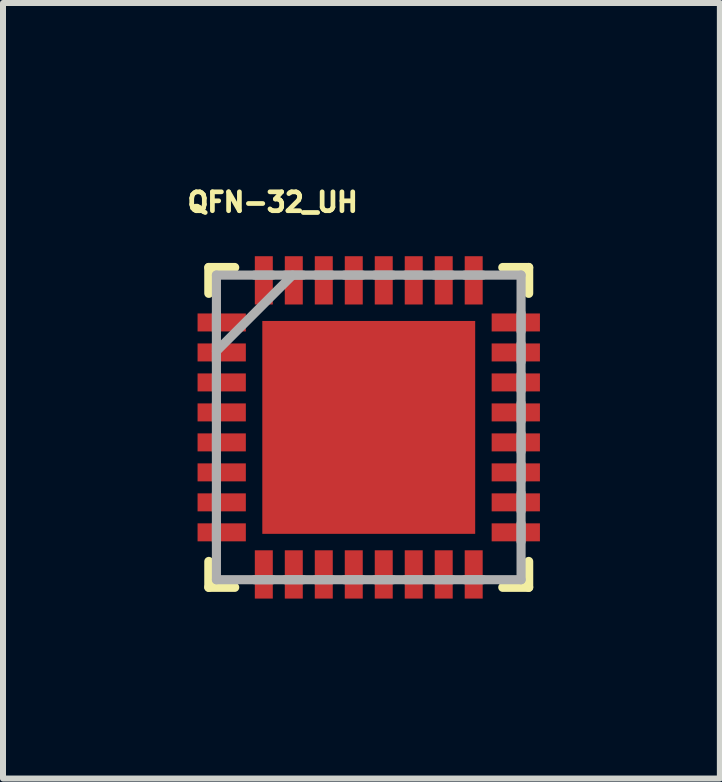
<source format=kicad_pcb>
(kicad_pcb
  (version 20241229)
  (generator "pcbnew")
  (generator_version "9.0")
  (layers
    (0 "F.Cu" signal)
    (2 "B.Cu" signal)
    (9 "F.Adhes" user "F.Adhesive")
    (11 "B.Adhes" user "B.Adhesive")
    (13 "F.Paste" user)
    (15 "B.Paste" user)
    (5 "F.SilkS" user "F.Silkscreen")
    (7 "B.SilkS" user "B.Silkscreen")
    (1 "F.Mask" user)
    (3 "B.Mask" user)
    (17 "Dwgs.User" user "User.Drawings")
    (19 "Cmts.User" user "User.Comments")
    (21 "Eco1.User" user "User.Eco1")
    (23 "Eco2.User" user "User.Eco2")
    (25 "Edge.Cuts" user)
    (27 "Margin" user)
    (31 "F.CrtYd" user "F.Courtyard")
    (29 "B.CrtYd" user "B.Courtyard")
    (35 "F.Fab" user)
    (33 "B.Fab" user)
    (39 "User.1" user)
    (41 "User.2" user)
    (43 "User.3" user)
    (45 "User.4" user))
  (footprint "QFN-32_UH"
    (layer "F.Cu")
    (at 3.099 4.077)
    (property "Reference" "QFN-32_UH" (at -1.602 -3.755 0) (layer "F.SilkS") (effects (font (size 0.315 0.315) (thickness 0.15))))
    (attr through_hole)
    (fp_line (start -2.667 -2.667) (end -2.667 -2.235) (stroke (width 0.152) (type solid)) (layer "F.SilkS"))
    (fp_line (start -2.667 2.235) (end -2.667 2.667) (stroke (width 0.152) (type solid)) (layer "F.SilkS"))
    (fp_line (start -2.667 2.667) (end -2.235 2.667) (stroke (width 0.152) (type solid)) (layer "F.SilkS"))
    (fp_line (start -2.235 -2.667) (end -2.667 -2.667) (stroke (width 0.152) (type solid)) (layer "F.SilkS"))
    (fp_line (start 2.235 2.667) (end 2.667 2.667) (stroke (width 0.152) (type solid)) (layer "F.SilkS"))
    (fp_line (start 2.667 -2.667) (end 2.235 -2.667) (stroke (width 0.152) (type solid)) (layer "F.SilkS"))
    (fp_line (start 2.667 -2.235) (end 2.667 -2.667) (stroke (width 0.152) (type solid)) (layer "F.SilkS"))
    (fp_line (start 2.667 2.667) (end 2.667 2.235) (stroke (width 0.152) (type solid)) (layer "F.SilkS"))
    (fp_poly (pts (xy -1.675 -1.675) (xy -1.675 -0.1) (xy -0.1 -0.1) (xy -0.1 -1.675)) (stroke (width 0.025) (type solid)) (fill yes) (layer "F.Paste"))
    (fp_poly (pts (xy -1.675 0.1) (xy -1.675 1.675) (xy -0.1 1.675) (xy -0.1 0.1)) (stroke (width 0.025) (type solid)) (fill yes) (layer "F.Paste"))
    (fp_poly (pts (xy 0.1 -1.675) (xy 0.1 -0.1) (xy 1.675 -0.1) (xy 1.675 -1.675)) (stroke (width 0.025) (type solid)) (fill yes) (layer "F.Paste"))
    (fp_poly (pts (xy 0.1 0.1) (xy 0.1 1.675) (xy 1.675 1.675) (xy 1.675 0.1)) (stroke (width 0.025) (type solid)) (fill yes) (layer "F.Paste"))
    (fp_line (start -2.54 -2.54) (end -2.54 2.54) (stroke (width 0.152) (type solid)) (layer "F.Fab"))
    (fp_line (start -2.54 -1.905) (end -2.54 -1.6) (stroke (width 0.152) (type solid)) (layer "F.Fab"))
    (fp_line (start -2.54 -1.397) (end -2.54 -1.092) (stroke (width 0.152) (type solid)) (layer "F.Fab"))
    (fp_line (start -2.54 -1.27) (end -1.27 -2.54) (stroke (width 0.152) (type solid)) (layer "F.Fab"))
    (fp_line (start -2.54 -0.889) (end -2.54 -0.61) (stroke (width 0.152) (type solid)) (layer "F.Fab"))
    (fp_line (start -2.54 -0.406) (end -2.54 -0.102) (stroke (width 0.152) (type solid)) (layer "F.Fab"))
    (fp_line (start -2.54 0.102) (end -2.54 0.406) (stroke (width 0.152) (type solid)) (layer "F.Fab"))
    (fp_line (start -2.54 0.61) (end -2.54 0.889) (stroke (width 0.152) (type solid)) (layer "F.Fab"))
    (fp_line (start -2.54 1.092) (end -2.54 1.397) (stroke (width 0.152) (type solid)) (layer "F.Fab"))
    (fp_line (start -2.54 1.6) (end -2.54 1.905) (stroke (width 0.152) (type solid)) (layer "F.Fab"))
    (fp_line (start -2.54 2.54) (end 2.54 2.54) (stroke (width 0.152) (type solid)) (layer "F.Fab"))
    (fp_line (start -1.905 2.54) (end -1.6 2.54) (stroke (width 0.152) (type solid)) (layer "F.Fab"))
    (fp_line (start -1.6 -2.54) (end -1.905 -2.54) (stroke (width 0.152) (type solid)) (layer "F.Fab"))
    (fp_line (start -1.397 2.54) (end -1.092 2.54) (stroke (width 0.152) (type solid)) (layer "F.Fab"))
    (fp_line (start -1.092 -2.54) (end -1.397 -2.54) (stroke (width 0.152) (type solid)) (layer "F.Fab"))
    (fp_line (start -0.889 2.54) (end -0.61 2.54) (stroke (width 0.152) (type solid)) (layer "F.Fab"))
    (fp_line (start -0.61 -2.54) (end -0.889 -2.54) (stroke (width 0.152) (type solid)) (layer "F.Fab"))
    (fp_line (start -0.406 2.54) (end -0.102 2.54) (stroke (width 0.152) (type solid)) (layer "F.Fab"))
    (fp_line (start -0.102 -2.54) (end -0.406 -2.54) (stroke (width 0.152) (type solid)) (layer "F.Fab"))
    (fp_line (start 0.102 2.54) (end 0.406 2.54) (stroke (width 0.152) (type solid)) (layer "F.Fab"))
    (fp_line (start 0.406 -2.54) (end 0.102 -2.54) (stroke (width 0.152) (type solid)) (layer "F.Fab"))
    (fp_line (start 0.61 2.54) (end 0.889 2.54) (stroke (width 0.152) (type solid)) (layer "F.Fab"))
    (fp_line (start 0.889 -2.54) (end 0.61 -2.54) (stroke (width 0.152) (type solid)) (layer "F.Fab"))
    (fp_line (start 1.092 2.54) (end 1.397 2.54) (stroke (width 0.152) (type solid)) (layer "F.Fab"))
    (fp_line (start 1.397 -2.54) (end 1.092 -2.54) (stroke (width 0.152) (type solid)) (layer "F.Fab"))
    (fp_line (start 1.6 2.54) (end 1.905 2.54) (stroke (width 0.152) (type solid)) (layer "F.Fab"))
    (fp_line (start 1.905 -2.54) (end 1.6 -2.54) (stroke (width 0.152) (type solid)) (layer "F.Fab"))
    (fp_line (start 2.54 -2.54) (end -2.54 -2.54) (stroke (width 0.152) (type solid)) (layer "F.Fab"))
    (fp_line (start 2.54 -1.6) (end 2.54 -1.905) (stroke (width 0.152) (type solid)) (layer "F.Fab"))
    (fp_line (start 2.54 -1.092) (end 2.54 -1.397) (stroke (width 0.152) (type solid)) (layer "F.Fab"))
    (fp_line (start 2.54 -0.61) (end 2.54 -0.889) (stroke (width 0.152) (type solid)) (layer "F.Fab"))
    (fp_line (start 2.54 -0.102) (end 2.54 -0.406) (stroke (width 0.152) (type solid)) (layer "F.Fab"))
    (fp_line (start 2.54 0.406) (end 2.54 0.102) (stroke (width 0.152) (type solid)) (layer "F.Fab"))
    (fp_line (start 2.54 0.889) (end 2.54 0.61) (stroke (width 0.152) (type solid)) (layer "F.Fab"))
    (fp_line (start 2.54 1.397) (end 2.54 1.092) (stroke (width 0.152) (type solid)) (layer "F.Fab"))
    (fp_line (start 2.54 1.905) (end 2.54 1.6) (stroke (width 0.152) (type solid)) (layer "F.Fab"))
    (fp_line (start 2.54 2.54) (end 2.54 -2.54) (stroke (width 0.152) (type solid)) (layer "F.Fab"))
    (pad "1" smd rect (at -2.452 -1.75) (size 0.805 0.3) (layers "F.Cu" "F.Mask" "F.Paste"))
    (pad "2" smd rect (at -2.452 -1.25) (size 0.805 0.3) (layers "F.Cu" "F.Mask" "F.Paste"))
    (pad "3" smd rect (at -2.452 -0.75) (size 0.805 0.3) (layers "F.Cu" "F.Mask" "F.Paste"))
    (pad "4" smd rect (at -2.452 -0.25) (size 0.805 0.3) (layers "F.Cu" "F.Mask" "F.Paste"))
    (pad "5" smd rect (at -2.452 0.25) (size 0.805 0.3) (layers "F.Cu" "F.Mask" "F.Paste"))
    (pad "6" smd rect (at -2.452 0.75) (size 0.805 0.3) (layers "F.Cu" "F.Mask" "F.Paste"))
    (pad "7" smd rect (at -2.452 1.25) (size 0.805 0.3) (layers "F.Cu" "F.Mask" "F.Paste"))
    (pad "8" smd rect (at -2.452 1.75) (size 0.805 0.3) (layers "F.Cu" "F.Mask" "F.Paste"))
    (pad "9" smd rect (at -1.75 2.452) (size 0.3 0.805) (layers "F.Cu" "F.Mask" "F.Paste"))
    (pad "10" smd rect (at -1.25 2.452) (size 0.3 0.805) (layers "F.Cu" "F.Mask" "F.Paste"))
    (pad "11" smd rect (at -0.75 2.452) (size 0.3 0.805) (layers "F.Cu" "F.Mask" "F.Paste"))
    (pad "12" smd rect (at -0.25 2.452) (size 0.3 0.805) (layers "F.Cu" "F.Mask" "F.Paste"))
    (pad "13" smd rect (at 0.25 2.452) (size 0.3 0.805) (layers "F.Cu" "F.Mask" "F.Paste"))
    (pad "14" smd rect (at 0.75 2.452) (size 0.3 0.805) (layers "F.Cu" "F.Mask" "F.Paste"))
    (pad "15" smd rect (at 1.25 2.452) (size 0.3 0.805) (layers "F.Cu" "F.Mask" "F.Paste"))
    (pad "16" smd rect (at 1.75 2.452) (size 0.3 0.805) (layers "F.Cu" "F.Mask" "F.Paste"))
    (pad "17" smd rect (at 2.452 1.75) (size 0.805 0.3) (layers "F.Cu" "F.Mask" "F.Paste"))
    (pad "18" smd rect (at 2.452 1.25) (size 0.805 0.3) (layers "F.Cu" "F.Mask" "F.Paste"))
    (pad "19" smd rect (at 2.452 0.75) (size 0.805 0.3) (layers "F.Cu" "F.Mask" "F.Paste"))
    (pad "20" smd rect (at 2.452 0.25) (size 0.805 0.3) (layers "F.Cu" "F.Mask" "F.Paste"))
    (pad "21" smd rect (at 2.452 -0.25) (size 0.805 0.3) (layers "F.Cu" "F.Mask" "F.Paste"))
    (pad "22" smd rect (at 2.452 -0.75) (size 0.805 0.3) (layers "F.Cu" "F.Mask" "F.Paste"))
    (pad "23" smd rect (at 2.452 -1.25) (size 0.805 0.3) (layers "F.Cu" "F.Mask" "F.Paste"))
    (pad "24" smd rect (at 2.452 -1.75) (size 0.805 0.3) (layers "F.Cu" "F.Mask" "F.Paste"))
    (pad "25" smd rect (at 1.75 -2.452) (size 0.3 0.805) (layers "F.Cu" "F.Mask" "F.Paste"))
    (pad "26" smd rect (at 1.25 -2.452) (size 0.3 0.805) (layers "F.Cu" "F.Mask" "F.Paste"))
    (pad "27" smd rect (at 0.75 -2.452) (size 0.3 0.805) (layers "F.Cu" "F.Mask" "F.Paste"))
    (pad "28" smd rect (at 0.25 -2.452) (size 0.3 0.805) (layers "F.Cu" "F.Mask" "F.Paste"))
    (pad "29" smd rect (at -0.25 -2.452) (size 0.3 0.805) (layers "F.Cu" "F.Mask" "F.Paste"))
    (pad "30" smd rect (at -0.75 -2.452) (size 0.3 0.805) (layers "F.Cu" "F.Mask" "F.Paste"))
    (pad "31" smd rect (at -1.25 -2.452) (size 0.3 0.805) (layers "F.Cu" "F.Mask" "F.Paste"))
    (pad "32" smd rect (at -1.75 -2.452) (size 0.3 0.805) (layers "F.Cu" "F.Mask" "F.Paste"))
    (pad "33" smd rect (at 0 0) (size 3.55 3.55) (layers "F.Cu" "F.Mask")))
  (gr_rect
    (start -3 -3)
    (end 8.954 9.932)
    (stroke (width 0.1) (type default))
    (fill no)
    (layer "Edge.Cuts")))
</source>
